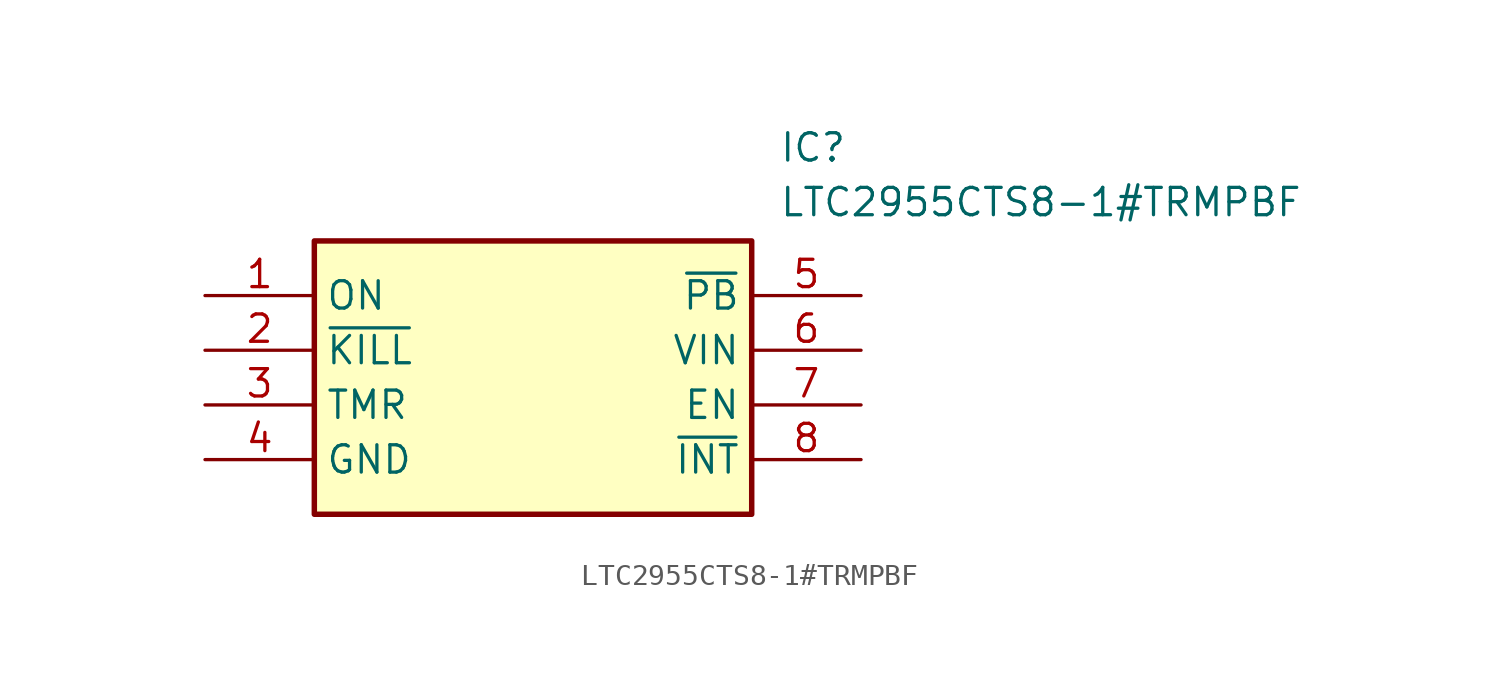
<source format=kicad_sym>
(kicad_symbol_lib
  (version 20220914)
  (generator kicad_symbol_editor)
  (symbol "LTC2955CTS8-1#TRMPBF"
    (property "Reference" "IC"
      (at 26.67 7.62 0)
      (effects (font (size 1.27 1.27)) (justify left top)))
    (property "Value" "LTC2955CTS8-1#TRMPBF"
      (at 26.67 5.08 0)
      (effects (font (size 1.27 1.27)) (justify left top)))
    (symbol "LTC2955CTS8-1#TRMPBF_1_1"
      (rectangle (start 5.08 2.54) (end 25.4 -10.16) (stroke (width 0.254) (type default)) (fill (type background)))
      (pin passive line (at 0 0 0) (length 5.08) (name "ON" (effects (font (size 1.27 1.27)))) (number "1" (effects (font (size 1.27 1.27)))))
      (pin passive line (at 0 -2.54 0) (length 5.08) (name "~{KILL}" (effects (font (size 1.27 1.27)))) (number "2" (effects (font (size 1.27 1.27)))))
      (pin passive line (at 0 -5.08 0) (length 5.08) (name "TMR" (effects (font (size 1.27 1.27)))) (number "3" (effects (font (size 1.27 1.27)))))
      (pin power_in line (at 0 -7.62 0) (length 5.08) (name "GND" (effects (font (size 1.27 1.27)))) (number "4" (effects (font (size 1.27 1.27)))))
      (pin passive line (at 30.48 0 180) (length 5.08) (name "~{PB}" (effects (font (size 1.27 1.27)))) (number "5" (effects (font (size 1.27 1.27)))))
      (pin input line (at 30.48 -2.54 180) (length 5.08) (name "VIN" (effects (font (size 1.27 1.27)))) (number "6" (effects (font (size 1.27 1.27)))))
      (pin passive line (at 30.48 -5.08 180) (length 5.08) (name "EN" (effects (font (size 1.27 1.27)))) (number "7" (effects (font (size 1.27 1.27)))))
      (pin input line (at 30.48 -7.62 180) (length 5.08) (name "~{INT}" (effects (font (size 1.27 1.27)))) (number "8" (effects (font (size 1.27 1.27))))))))
</source>
